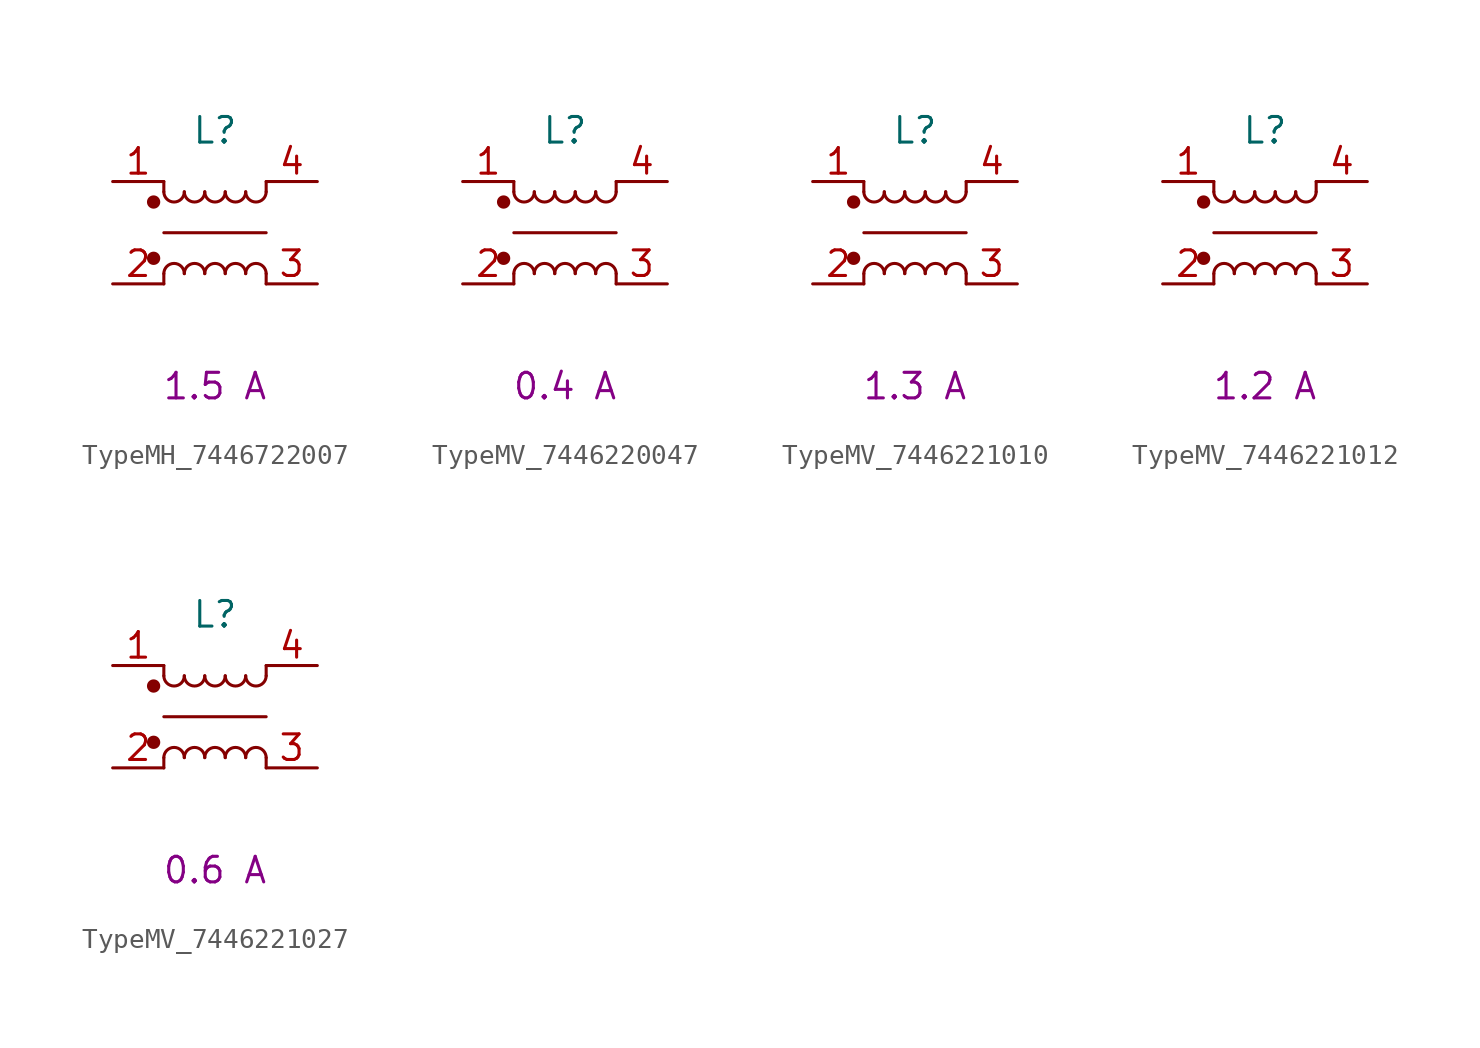
<source format=kicad_sym>
(kicad_symbol_lib
  (version 20220914)
  (generator kicad_symbol_editor)
  (symbol "TypeMH_7446722007"
    (pin_names hide)
    (property "Reference" "L"
      (at 0 5.08 0)
      (effects (font (size 1.27 1.27))))
    (property "Critical Parameter" "1.5 A"
      (at 0 -7.62 0)
      (effects (font (size 1.27 1.27))))
    (symbol "TypeMH_7446722007_0_1"
      (circle (center -3.048 -1.27) (radius 0.254) (stroke (width 0) (type default)) (fill (type outline)))
      (circle (center -3.048 1.524) (radius 0.254) (stroke (width 0) (type default)) (fill (type outline)))
      (arc (start -2.54 2.032) (mid -2.032 1.5262) (end -1.524 2.032) (stroke (width 0) (type default)) (fill (type none)))
      (arc (start -1.524 -2.032) (mid -2.032 -1.5262) (end -2.54 -2.032) (stroke (width 0) (type default)) (fill (type none)))
      (arc (start -1.524 2.032) (mid -1.016 1.5262) (end -0.508 2.032) (stroke (width 0) (type default)) (fill (type none)))
      (arc (start -0.508 -2.032) (mid -1.016 -1.5262) (end -1.524 -2.032) (stroke (width 0) (type default)) (fill (type none)))
      (arc (start -0.508 2.032) (mid 0 1.5262) (end 0.508 2.032) (stroke (width 0) (type default)) (fill (type none)))
      (polyline (pts (xy -2.54 -2.032) (xy -2.54 -2.54)) (stroke (width 0) (type default)) (fill (type none)))
      (polyline (pts (xy -2.54 2.032) (xy -2.54 2.54)) (stroke (width 0) (type default)) (fill (type none)))
      (polyline (pts (xy 2.54 -2.032) (xy 2.54 -2.54)) (stroke (width 0) (type default)) (fill (type none)))
      (polyline (pts (xy 2.54 0) (xy -2.54 0)) (stroke (width 0) (type default)) (fill (type none)))
      (polyline (pts (xy 2.54 2.54) (xy 2.54 2.032)) (stroke (width 0) (type default)) (fill (type none)))
      (arc (start 0.508 -2.032) (mid 0 -1.5262) (end -0.508 -2.032) (stroke (width 0) (type default)) (fill (type none)))
      (arc (start 0.508 2.032) (mid 1.016 1.5262) (end 1.524 2.032) (stroke (width 0) (type default)) (fill (type none)))
      (arc (start 1.524 -2.032) (mid 1.016 -1.5262) (end 0.508 -2.032) (stroke (width 0) (type default)) (fill (type none)))
      (arc (start 1.524 2.032) (mid 2.032 1.5262) (end 2.54 2.032) (stroke (width 0) (type default)) (fill (type none)))
      (arc (start 2.54 -2.032) (mid 2.032 -1.5262) (end 1.524 -2.032) (stroke (width 0) (type default)) (fill (type none))))
    (symbol "TypeMH_7446722007_1_1"
      (pin passive line (at -5.08 2.54 0) (length 2.54) (name "1" (effects (font (size 1.27 1.27)))) (number "1" (effects (font (size 1.27 1.27)))))
      (pin passive line (at -5.08 -2.54 0) (length 2.54) (name "2" (effects (font (size 1.27 1.27)))) (number "2" (effects (font (size 1.27 1.27)))))
      (pin passive line (at 5.08 -2.54 180) (length 2.54) (name "3" (effects (font (size 1.27 1.27)))) (number "3" (effects (font (size 1.27 1.27)))))
      (pin passive line (at 5.08 2.54 180) (length 2.54) (name "4" (effects (font (size 1.27 1.27)))) (number "4" (effects (font (size 1.27 1.27)))))))
  (symbol "TypeMV_7446220047"
    (pin_names hide)
    (property "Reference" "L"
      (at 0 5.08 0)
      (effects (font (size 1.27 1.27))))
    (property "Critical Parameter" "0.4 A"
      (at 0 -7.62 0)
      (effects (font (size 1.27 1.27))))
    (symbol "TypeMV_7446220047_0_1"
      (circle (center -3.048 -1.27) (radius 0.254) (stroke (width 0) (type default)) (fill (type outline)))
      (circle (center -3.048 1.524) (radius 0.254) (stroke (width 0) (type default)) (fill (type outline)))
      (arc (start -2.54 2.032) (mid -2.032 1.5262) (end -1.524 2.032) (stroke (width 0) (type default)) (fill (type none)))
      (arc (start -1.524 -2.032) (mid -2.032 -1.5262) (end -2.54 -2.032) (stroke (width 0) (type default)) (fill (type none)))
      (arc (start -1.524 2.032) (mid -1.016 1.5262) (end -0.508 2.032) (stroke (width 0) (type default)) (fill (type none)))
      (arc (start -0.508 -2.032) (mid -1.016 -1.5262) (end -1.524 -2.032) (stroke (width 0) (type default)) (fill (type none)))
      (arc (start -0.508 2.032) (mid 0 1.5262) (end 0.508 2.032) (stroke (width 0) (type default)) (fill (type none)))
      (polyline (pts (xy -2.54 -2.032) (xy -2.54 -2.54)) (stroke (width 0) (type default)) (fill (type none)))
      (polyline (pts (xy -2.54 2.032) (xy -2.54 2.54)) (stroke (width 0) (type default)) (fill (type none)))
      (polyline (pts (xy 2.54 -2.032) (xy 2.54 -2.54)) (stroke (width 0) (type default)) (fill (type none)))
      (polyline (pts (xy 2.54 0) (xy -2.54 0)) (stroke (width 0) (type default)) (fill (type none)))
      (polyline (pts (xy 2.54 2.54) (xy 2.54 2.032)) (stroke (width 0) (type default)) (fill (type none)))
      (arc (start 0.508 -2.032) (mid 0 -1.5262) (end -0.508 -2.032) (stroke (width 0) (type default)) (fill (type none)))
      (arc (start 0.508 2.032) (mid 1.016 1.5262) (end 1.524 2.032) (stroke (width 0) (type default)) (fill (type none)))
      (arc (start 1.524 -2.032) (mid 1.016 -1.5262) (end 0.508 -2.032) (stroke (width 0) (type default)) (fill (type none)))
      (arc (start 1.524 2.032) (mid 2.032 1.5262) (end 2.54 2.032) (stroke (width 0) (type default)) (fill (type none)))
      (arc (start 2.54 -2.032) (mid 2.032 -1.5262) (end 1.524 -2.032) (stroke (width 0) (type default)) (fill (type none))))
    (symbol "TypeMV_7446220047_1_1"
      (pin passive line (at -5.08 2.54 0) (length 2.54) (name "1" (effects (font (size 1.27 1.27)))) (number "1" (effects (font (size 1.27 1.27)))))
      (pin passive line (at -5.08 -2.54 0) (length 2.54) (name "2" (effects (font (size 1.27 1.27)))) (number "2" (effects (font (size 1.27 1.27)))))
      (pin passive line (at 5.08 -2.54 180) (length 2.54) (name "3" (effects (font (size 1.27 1.27)))) (number "3" (effects (font (size 1.27 1.27)))))
      (pin passive line (at 5.08 2.54 180) (length 2.54) (name "4" (effects (font (size 1.27 1.27)))) (number "4" (effects (font (size 1.27 1.27)))))))
  (symbol "TypeMV_7446221010"
    (pin_names hide)
    (property "Reference" "L"
      (at 0 5.08 0)
      (effects (font (size 1.27 1.27))))
    (property "Critical Parameter" "1.3 A"
      (at 0 -7.62 0)
      (effects (font (size 1.27 1.27))))
    (symbol "TypeMV_7446221010_0_1"
      (circle (center -3.048 -1.27) (radius 0.254) (stroke (width 0) (type default)) (fill (type outline)))
      (circle (center -3.048 1.524) (radius 0.254) (stroke (width 0) (type default)) (fill (type outline)))
      (arc (start -2.54 2.032) (mid -2.032 1.5262) (end -1.524 2.032) (stroke (width 0) (type default)) (fill (type none)))
      (arc (start -1.524 -2.032) (mid -2.032 -1.5262) (end -2.54 -2.032) (stroke (width 0) (type default)) (fill (type none)))
      (arc (start -1.524 2.032) (mid -1.016 1.5262) (end -0.508 2.032) (stroke (width 0) (type default)) (fill (type none)))
      (arc (start -0.508 -2.032) (mid -1.016 -1.5262) (end -1.524 -2.032) (stroke (width 0) (type default)) (fill (type none)))
      (arc (start -0.508 2.032) (mid 0 1.5262) (end 0.508 2.032) (stroke (width 0) (type default)) (fill (type none)))
      (polyline (pts (xy -2.54 -2.032) (xy -2.54 -2.54)) (stroke (width 0) (type default)) (fill (type none)))
      (polyline (pts (xy -2.54 2.032) (xy -2.54 2.54)) (stroke (width 0) (type default)) (fill (type none)))
      (polyline (pts (xy 2.54 -2.032) (xy 2.54 -2.54)) (stroke (width 0) (type default)) (fill (type none)))
      (polyline (pts (xy 2.54 0) (xy -2.54 0)) (stroke (width 0) (type default)) (fill (type none)))
      (polyline (pts (xy 2.54 2.54) (xy 2.54 2.032)) (stroke (width 0) (type default)) (fill (type none)))
      (arc (start 0.508 -2.032) (mid 0 -1.5262) (end -0.508 -2.032) (stroke (width 0) (type default)) (fill (type none)))
      (arc (start 0.508 2.032) (mid 1.016 1.5262) (end 1.524 2.032) (stroke (width 0) (type default)) (fill (type none)))
      (arc (start 1.524 -2.032) (mid 1.016 -1.5262) (end 0.508 -2.032) (stroke (width 0) (type default)) (fill (type none)))
      (arc (start 1.524 2.032) (mid 2.032 1.5262) (end 2.54 2.032) (stroke (width 0) (type default)) (fill (type none)))
      (arc (start 2.54 -2.032) (mid 2.032 -1.5262) (end 1.524 -2.032) (stroke (width 0) (type default)) (fill (type none))))
    (symbol "TypeMV_7446221010_1_1"
      (pin passive line (at -5.08 2.54 0) (length 2.54) (name "1" (effects (font (size 1.27 1.27)))) (number "1" (effects (font (size 1.27 1.27)))))
      (pin passive line (at -5.08 -2.54 0) (length 2.54) (name "2" (effects (font (size 1.27 1.27)))) (number "2" (effects (font (size 1.27 1.27)))))
      (pin passive line (at 5.08 -2.54 180) (length 2.54) (name "3" (effects (font (size 1.27 1.27)))) (number "3" (effects (font (size 1.27 1.27)))))
      (pin passive line (at 5.08 2.54 180) (length 2.54) (name "4" (effects (font (size 1.27 1.27)))) (number "4" (effects (font (size 1.27 1.27)))))))
  (symbol "TypeMV_7446221012"
    (pin_names hide)
    (property "Reference" "L"
      (at 0 5.08 0)
      (effects (font (size 1.27 1.27))))
    (property "Critical Parameter" "1.2 A"
      (at 0 -7.62 0)
      (effects (font (size 1.27 1.27))))
    (symbol "TypeMV_7446221012_0_1"
      (circle (center -3.048 -1.27) (radius 0.254) (stroke (width 0) (type default)) (fill (type outline)))
      (circle (center -3.048 1.524) (radius 0.254) (stroke (width 0) (type default)) (fill (type outline)))
      (arc (start -2.54 2.032) (mid -2.032 1.5262) (end -1.524 2.032) (stroke (width 0) (type default)) (fill (type none)))
      (arc (start -1.524 -2.032) (mid -2.032 -1.5262) (end -2.54 -2.032) (stroke (width 0) (type default)) (fill (type none)))
      (arc (start -1.524 2.032) (mid -1.016 1.5262) (end -0.508 2.032) (stroke (width 0) (type default)) (fill (type none)))
      (arc (start -0.508 -2.032) (mid -1.016 -1.5262) (end -1.524 -2.032) (stroke (width 0) (type default)) (fill (type none)))
      (arc (start -0.508 2.032) (mid 0 1.5262) (end 0.508 2.032) (stroke (width 0) (type default)) (fill (type none)))
      (polyline (pts (xy -2.54 -2.032) (xy -2.54 -2.54)) (stroke (width 0) (type default)) (fill (type none)))
      (polyline (pts (xy -2.54 2.032) (xy -2.54 2.54)) (stroke (width 0) (type default)) (fill (type none)))
      (polyline (pts (xy 2.54 -2.032) (xy 2.54 -2.54)) (stroke (width 0) (type default)) (fill (type none)))
      (polyline (pts (xy 2.54 0) (xy -2.54 0)) (stroke (width 0) (type default)) (fill (type none)))
      (polyline (pts (xy 2.54 2.54) (xy 2.54 2.032)) (stroke (width 0) (type default)) (fill (type none)))
      (arc (start 0.508 -2.032) (mid 0 -1.5262) (end -0.508 -2.032) (stroke (width 0) (type default)) (fill (type none)))
      (arc (start 0.508 2.032) (mid 1.016 1.5262) (end 1.524 2.032) (stroke (width 0) (type default)) (fill (type none)))
      (arc (start 1.524 -2.032) (mid 1.016 -1.5262) (end 0.508 -2.032) (stroke (width 0) (type default)) (fill (type none)))
      (arc (start 1.524 2.032) (mid 2.032 1.5262) (end 2.54 2.032) (stroke (width 0) (type default)) (fill (type none)))
      (arc (start 2.54 -2.032) (mid 2.032 -1.5262) (end 1.524 -2.032) (stroke (width 0) (type default)) (fill (type none))))
    (symbol "TypeMV_7446221012_1_1"
      (pin passive line (at -5.08 2.54 0) (length 2.54) (name "1" (effects (font (size 1.27 1.27)))) (number "1" (effects (font (size 1.27 1.27)))))
      (pin passive line (at -5.08 -2.54 0) (length 2.54) (name "2" (effects (font (size 1.27 1.27)))) (number "2" (effects (font (size 1.27 1.27)))))
      (pin passive line (at 5.08 -2.54 180) (length 2.54) (name "3" (effects (font (size 1.27 1.27)))) (number "3" (effects (font (size 1.27 1.27)))))
      (pin passive line (at 5.08 2.54 180) (length 2.54) (name "4" (effects (font (size 1.27 1.27)))) (number "4" (effects (font (size 1.27 1.27)))))))
  (symbol "TypeMV_7446221027"
    (pin_names hide)
    (property "Reference" "L"
      (at 0 5.08 0)
      (effects (font (size 1.27 1.27))))
    (property "Critical Parameter" "0.6 A"
      (at 0 -7.62 0)
      (effects (font (size 1.27 1.27))))
    (symbol "TypeMV_7446221027_0_1"
      (circle (center -3.048 -1.27) (radius 0.254) (stroke (width 0) (type default)) (fill (type outline)))
      (circle (center -3.048 1.524) (radius 0.254) (stroke (width 0) (type default)) (fill (type outline)))
      (arc (start -2.54 2.032) (mid -2.032 1.5262) (end -1.524 2.032) (stroke (width 0) (type default)) (fill (type none)))
      (arc (start -1.524 -2.032) (mid -2.032 -1.5262) (end -2.54 -2.032) (stroke (width 0) (type default)) (fill (type none)))
      (arc (start -1.524 2.032) (mid -1.016 1.5262) (end -0.508 2.032) (stroke (width 0) (type default)) (fill (type none)))
      (arc (start -0.508 -2.032) (mid -1.016 -1.5262) (end -1.524 -2.032) (stroke (width 0) (type default)) (fill (type none)))
      (arc (start -0.508 2.032) (mid 0 1.5262) (end 0.508 2.032) (stroke (width 0) (type default)) (fill (type none)))
      (polyline (pts (xy -2.54 -2.032) (xy -2.54 -2.54)) (stroke (width 0) (type default)) (fill (type none)))
      (polyline (pts (xy -2.54 2.032) (xy -2.54 2.54)) (stroke (width 0) (type default)) (fill (type none)))
      (polyline (pts (xy 2.54 -2.032) (xy 2.54 -2.54)) (stroke (width 0) (type default)) (fill (type none)))
      (polyline (pts (xy 2.54 0) (xy -2.54 0)) (stroke (width 0) (type default)) (fill (type none)))
      (polyline (pts (xy 2.54 2.54) (xy 2.54 2.032)) (stroke (width 0) (type default)) (fill (type none)))
      (arc (start 0.508 -2.032) (mid 0 -1.5262) (end -0.508 -2.032) (stroke (width 0) (type default)) (fill (type none)))
      (arc (start 0.508 2.032) (mid 1.016 1.5262) (end 1.524 2.032) (stroke (width 0) (type default)) (fill (type none)))
      (arc (start 1.524 -2.032) (mid 1.016 -1.5262) (end 0.508 -2.032) (stroke (width 0) (type default)) (fill (type none)))
      (arc (start 1.524 2.032) (mid 2.032 1.5262) (end 2.54 2.032) (stroke (width 0) (type default)) (fill (type none)))
      (arc (start 2.54 -2.032) (mid 2.032 -1.5262) (end 1.524 -2.032) (stroke (width 0) (type default)) (fill (type none))))
    (symbol "TypeMV_7446221027_1_1"
      (pin passive line (at -5.08 2.54 0) (length 2.54) (name "1" (effects (font (size 1.27 1.27)))) (number "1" (effects (font (size 1.27 1.27)))))
      (pin passive line (at -5.08 -2.54 0) (length 2.54) (name "2" (effects (font (size 1.27 1.27)))) (number "2" (effects (font (size 1.27 1.27)))))
      (pin passive line (at 5.08 -2.54 180) (length 2.54) (name "3" (effects (font (size 1.27 1.27)))) (number "3" (effects (font (size 1.27 1.27)))))
      (pin passive line (at 5.08 2.54 180) (length 2.54) (name "4" (effects (font (size 1.27 1.27)))) (number "4" (effects (font (size 1.27 1.27))))))))
</source>
